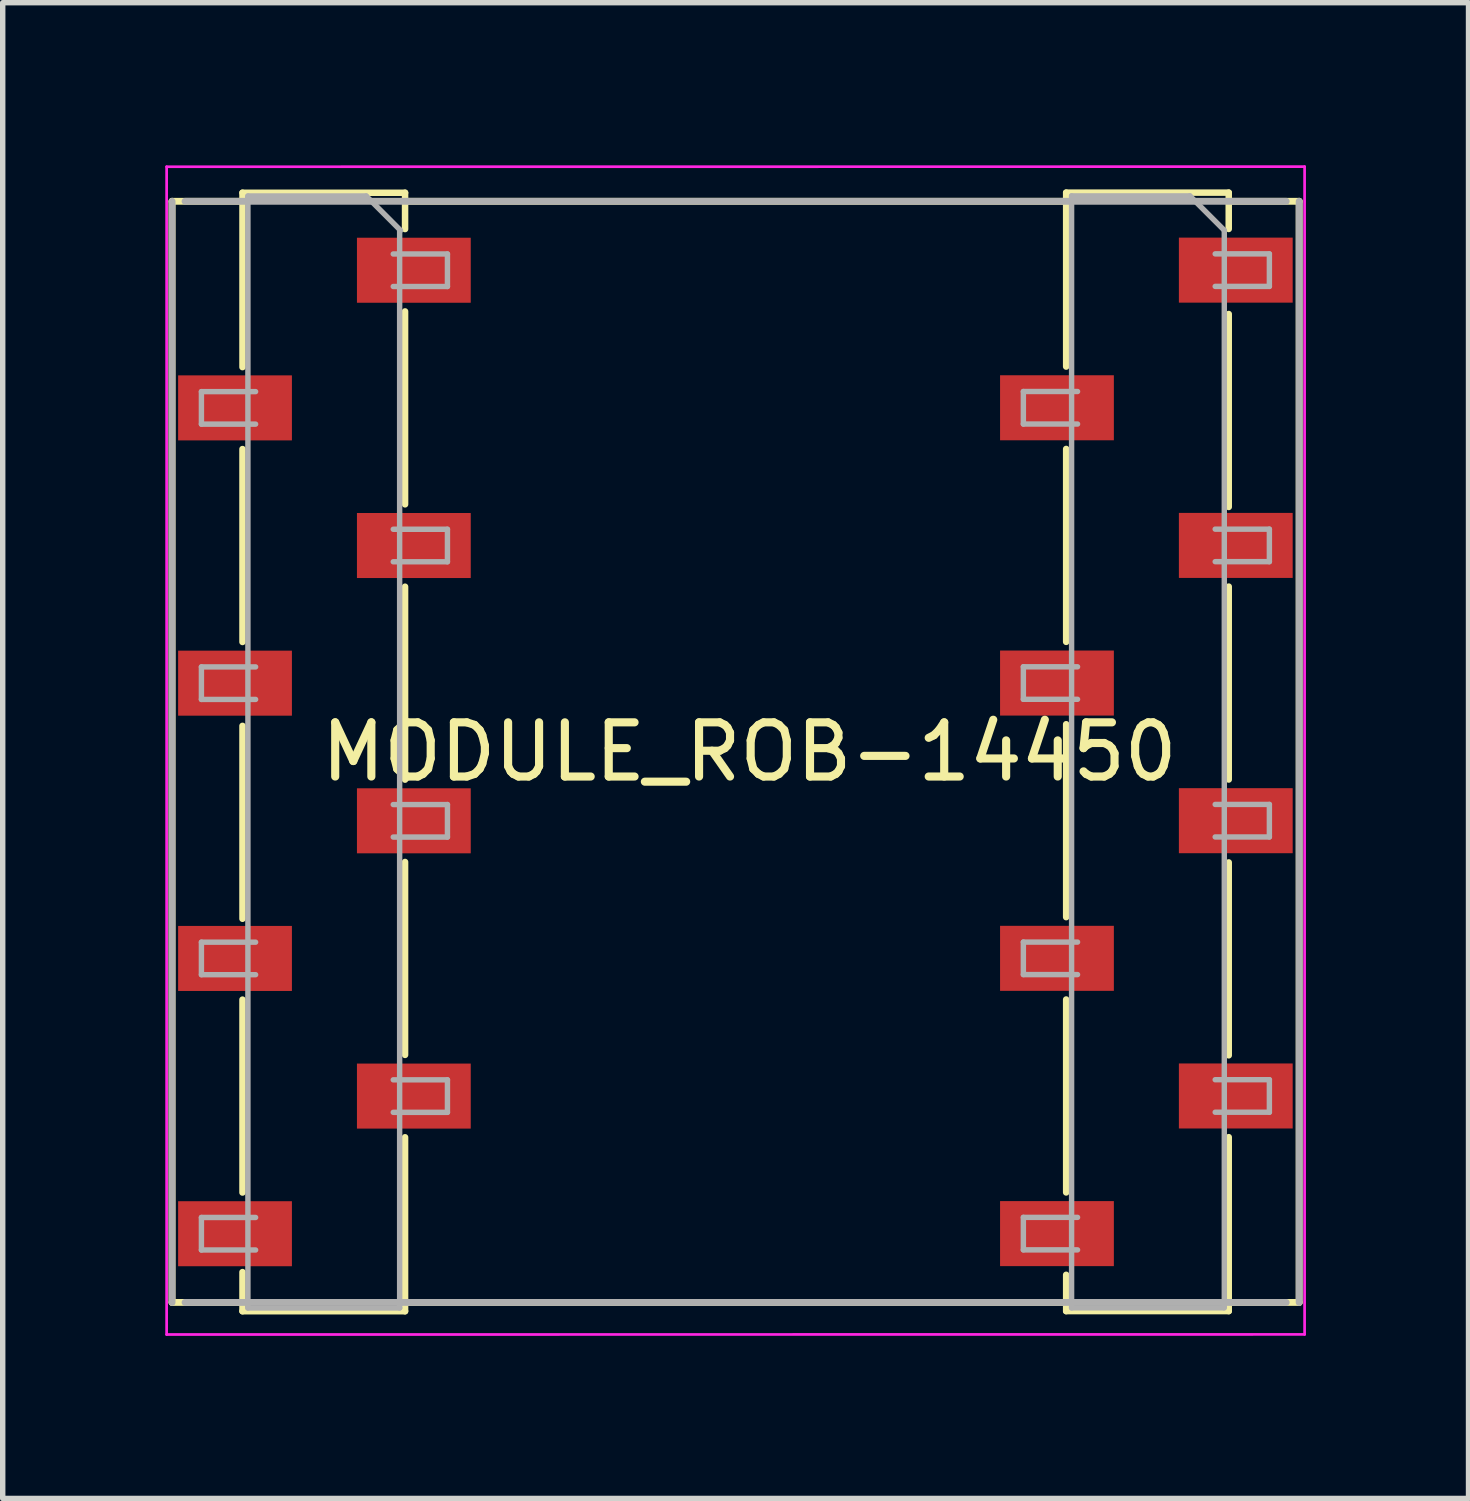
<source format=kicad_pcb>
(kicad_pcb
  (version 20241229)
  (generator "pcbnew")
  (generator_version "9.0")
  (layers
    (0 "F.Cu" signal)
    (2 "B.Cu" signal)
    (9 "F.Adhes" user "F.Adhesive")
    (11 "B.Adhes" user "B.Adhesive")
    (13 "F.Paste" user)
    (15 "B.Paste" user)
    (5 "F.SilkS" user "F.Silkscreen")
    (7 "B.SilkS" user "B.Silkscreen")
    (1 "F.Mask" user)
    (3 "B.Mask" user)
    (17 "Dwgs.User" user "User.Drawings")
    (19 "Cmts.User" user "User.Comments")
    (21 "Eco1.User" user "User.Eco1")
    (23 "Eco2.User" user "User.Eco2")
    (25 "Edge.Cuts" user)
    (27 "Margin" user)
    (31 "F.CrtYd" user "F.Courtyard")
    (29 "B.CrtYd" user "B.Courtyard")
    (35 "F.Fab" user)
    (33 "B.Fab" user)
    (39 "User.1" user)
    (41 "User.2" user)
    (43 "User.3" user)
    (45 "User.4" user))
  (footprint "MODULE_ROB-14450"
    (layer "F.Cu")
    (at 10.525 10.825)
    (property "Reference" "MODULE_ROB-14450" (at 0.254 0 0) (layer "F.SilkS") (effects (font (size 1 1) (thickness 0.15))))
    (attr through_hole)
    (fp_line (start -10.4 -10.16) (end -10.4 10.16) (stroke (width 0.127) (type solid)) (layer "F.SilkS"))
    (fp_line (start -9.1 -10.318) (end -9.1 -7.1) (stroke (width 0.12) (type solid)) (layer "F.SilkS"))
    (fp_line (start -9.1 -10.16) (end -10.4 -10.16) (stroke (width 0.127) (type solid)) (layer "F.SilkS"))
    (fp_line (start -9.1 -5.588) (end -9.1 -2.028) (stroke (width 0.12) (type solid)) (layer "F.SilkS"))
    (fp_line (start -9.1 -0.48) (end -9.1 3.08) (stroke (width 0.12) (type solid)) (layer "F.SilkS"))
    (fp_line (start -9.1 4.572) (end -9.1 8.132) (stroke (width 0.12) (type solid)) (layer "F.SilkS"))
    (fp_line (start -9.1 9.6) (end -9.1 10.322) (stroke (width 0.12) (type solid)) (layer "F.SilkS"))
    (fp_line (start -9.1 10.16) (end -10.4 10.16) (stroke (width 0.127) (type solid)) (layer "F.SilkS"))
    (fp_line (start -6.1 -10.318) (end -9.1 -10.318) (stroke (width 0.12) (type solid)) (layer "F.SilkS"))
    (fp_line (start -6.1 -10.318) (end -6.1 -9.648) (stroke (width 0.12) (type solid)) (layer "F.SilkS"))
    (fp_line (start -6.1 -10.16) (end 6.1 -10.16) (stroke (width 0.127) (type solid)) (layer "F.SilkS"))
    (fp_line (start -6.1 -8.128) (end -6.1 -4.568) (stroke (width 0.12) (type solid)) (layer "F.SilkS"))
    (fp_line (start -6.1 -3.048) (end -6.1 0.512) (stroke (width 0.12) (type solid)) (layer "F.SilkS"))
    (fp_line (start -6.1 2.032) (end -6.1 5.592) (stroke (width 0.12) (type solid)) (layer "F.SilkS"))
    (fp_line (start -6.1 7.112) (end -6.1 10.322) (stroke (width 0.12) (type solid)) (layer "F.SilkS"))
    (fp_line (start -6.1 10.16) (end 6.1 10.16) (stroke (width 0.127) (type solid)) (layer "F.SilkS"))
    (fp_line (start -6.1 10.322) (end -9.1 10.322) (stroke (width 0.12) (type solid)) (layer "F.SilkS"))
    (fp_line (start 6.1 -10.32) (end 6.1 -7.11) (stroke (width 0.12) (type solid)) (layer "F.SilkS"))
    (fp_line (start 6.1 -5.59) (end 6.1 -2.03) (stroke (width 0.12) (type solid)) (layer "F.SilkS"))
    (fp_line (start 6.1 -0.51) (end 6.1 3.05) (stroke (width 0.12) (type solid)) (layer "F.SilkS"))
    (fp_line (start 6.1 4.57) (end 6.1 8.13) (stroke (width 0.12) (type solid)) (layer "F.SilkS"))
    (fp_line (start 6.1 9.65) (end 6.1 10.32) (stroke (width 0.12) (type solid)) (layer "F.SilkS"))
    (fp_line (start 9.1 -10.32) (end 6.1 -10.32) (stroke (width 0.12) (type solid)) (layer "F.SilkS"))
    (fp_line (start 9.1 -10.32) (end 9.1 -9.65) (stroke (width 0.12) (type solid)) (layer "F.SilkS"))
    (fp_line (start 9.1 -10.16) (end 10.4 -10.16) (stroke (width 0.127) (type solid)) (layer "F.SilkS"))
    (fp_line (start 9.1 -8.08) (end 9.1 -4.52) (stroke (width 0.12) (type solid)) (layer "F.SilkS"))
    (fp_line (start 9.1 -3.05) (end 9.1 0.51) (stroke (width 0.12) (type solid)) (layer "F.SilkS"))
    (fp_line (start 9.1 2.04) (end 9.1 5.6) (stroke (width 0.12) (type solid)) (layer "F.SilkS"))
    (fp_line (start 9.1 7.11) (end 9.1 10.32) (stroke (width 0.12) (type solid)) (layer "F.SilkS"))
    (fp_line (start 9.1 10.16) (end 10.4 10.16) (stroke (width 0.127) (type solid)) (layer "F.SilkS"))
    (fp_line (start 9.1 10.32) (end 6.1 10.32) (stroke (width 0.12) (type solid)) (layer "F.SilkS"))
    (fp_line (start 10.4 10.16) (end 10.4 -10.16) (stroke (width 0.127) (type solid)) (layer "F.SilkS"))
    (fp_line (start -10.5 10.752) (end -10.5 -10.798) (stroke (width 0.05) (type solid)) (layer "F.CrtYd"))
    (fp_line (start -10.5 10.752) (end 10.5 10.75) (stroke (width 0.05) (type solid)) (layer "F.CrtYd"))
    (fp_line (start 10.5 -10.8) (end -10.5 -10.798) (stroke (width 0.05) (type solid)) (layer "F.CrtYd"))
    (fp_line (start 10.5 -10.8) (end 10.5 10.75) (stroke (width 0.05) (type solid)) (layer "F.CrtYd"))
    (fp_line (start -10.4 -10.16) (end -10.4 10.16) (stroke (width 0.127) (type solid)) (layer "F.Fab"))
    (fp_line (start -10.16 10.16) (end 10.16 10.16) (stroke (width 0.127) (type solid)) (layer "F.Fab"))
    (fp_line (start -9.858 -6.648) (end -9.858 -6.048) (stroke (width 0.1) (type solid)) (layer "F.Fab"))
    (fp_line (start -9.858 -6.048) (end -8.858 -6.048) (stroke (width 0.1) (type solid)) (layer "F.Fab"))
    (fp_line (start -9.858 -1.568) (end -9.858 -0.968) (stroke (width 0.1) (type solid)) (layer "F.Fab"))
    (fp_line (start -9.858 -0.968) (end -8.858 -0.968) (stroke (width 0.1) (type solid)) (layer "F.Fab"))
    (fp_line (start -9.858 3.512) (end -9.858 4.112) (stroke (width 0.1) (type solid)) (layer "F.Fab"))
    (fp_line (start -9.858 4.112) (end -8.858 4.112) (stroke (width 0.1) (type solid)) (layer "F.Fab"))
    (fp_line (start -9.858 8.592) (end -9.858 9.192) (stroke (width 0.1) (type solid)) (layer "F.Fab"))
    (fp_line (start -9.858 9.192) (end -8.858 9.192) (stroke (width 0.1) (type solid)) (layer "F.Fab"))
    (fp_line (start -9 -10.258) (end -9 10.262) (stroke (width 0.1) (type solid)) (layer "F.Fab"))
    (fp_line (start -9 10.262) (end -6.2 10.262) (stroke (width 0.1) (type solid)) (layer "F.Fab"))
    (fp_line (start -8.858 -6.648) (end -9.858 -6.648) (stroke (width 0.1) (type solid)) (layer "F.Fab"))
    (fp_line (start -8.858 -1.568) (end -9.858 -1.568) (stroke (width 0.1) (type solid)) (layer "F.Fab"))
    (fp_line (start -8.858 3.512) (end -9.858 3.512) (stroke (width 0.1) (type solid)) (layer "F.Fab"))
    (fp_line (start -8.858 8.592) (end -9.858 8.592) (stroke (width 0.1) (type solid)) (layer "F.Fab"))
    (fp_line (start -6.817 -10.258) (end -9 -10.258) (stroke (width 0.1) (type solid)) (layer "F.Fab"))
    (fp_line (start -6.318 -8.588) (end -5.318 -8.588) (stroke (width 0.1) (type solid)) (layer "F.Fab"))
    (fp_line (start -6.318 -3.508) (end -5.318 -3.508) (stroke (width 0.1) (type solid)) (layer "F.Fab"))
    (fp_line (start -6.318 1.572) (end -5.318 1.572) (stroke (width 0.1) (type solid)) (layer "F.Fab"))
    (fp_line (start -6.318 6.652) (end -5.318 6.652) (stroke (width 0.1) (type solid)) (layer "F.Fab"))
    (fp_line (start -6.2 10.262) (end -6.2 -9.623) (stroke (width 0.1) (type solid)) (layer "F.Fab"))
    (fp_line (start -6.183 -9.623) (end -6.817 -10.258) (stroke (width 0.1) (type solid)) (layer "F.Fab"))
    (fp_line (start -5.318 -9.188) (end -6.318 -9.188) (stroke (width 0.1) (type solid)) (layer "F.Fab"))
    (fp_line (start -5.318 -8.588) (end -5.318 -9.188) (stroke (width 0.1) (type solid)) (layer "F.Fab"))
    (fp_line (start -5.318 -4.108) (end -6.318 -4.108) (stroke (width 0.1) (type solid)) (layer "F.Fab"))
    (fp_line (start -5.318 -3.508) (end -5.318 -4.108) (stroke (width 0.1) (type solid)) (layer "F.Fab"))
    (fp_line (start -5.318 0.972) (end -6.318 0.972) (stroke (width 0.1) (type solid)) (layer "F.Fab"))
    (fp_line (start -5.318 1.572) (end -5.318 0.972) (stroke (width 0.1) (type solid)) (layer "F.Fab"))
    (fp_line (start -5.318 6.052) (end -6.318 6.052) (stroke (width 0.1) (type solid)) (layer "F.Fab"))
    (fp_line (start -5.318 6.652) (end -5.318 6.052) (stroke (width 0.1) (type solid)) (layer "F.Fab"))
    (fp_line (start 5.31 -6.65) (end 5.31 -6.05) (stroke (width 0.1) (type solid)) (layer "F.Fab"))
    (fp_line (start 5.31 -6.05) (end 6.31 -6.05) (stroke (width 0.1) (type solid)) (layer "F.Fab"))
    (fp_line (start 5.31 -1.57) (end 5.31 -0.97) (stroke (width 0.1) (type solid)) (layer "F.Fab"))
    (fp_line (start 5.31 -0.97) (end 6.31 -0.97) (stroke (width 0.1) (type solid)) (layer "F.Fab"))
    (fp_line (start 5.31 3.51) (end 5.31 4.11) (stroke (width 0.1) (type solid)) (layer "F.Fab"))
    (fp_line (start 5.31 4.11) (end 6.31 4.11) (stroke (width 0.1) (type solid)) (layer "F.Fab"))
    (fp_line (start 5.31 8.59) (end 5.31 9.19) (stroke (width 0.1) (type solid)) (layer "F.Fab"))
    (fp_line (start 5.31 9.19) (end 6.31 9.19) (stroke (width 0.1) (type solid)) (layer "F.Fab"))
    (fp_line (start 6.2 -10.26) (end 6.2 10.26) (stroke (width 0.1) (type solid)) (layer "F.Fab"))
    (fp_line (start 6.2 10.26) (end 9 10.26) (stroke (width 0.1) (type solid)) (layer "F.Fab"))
    (fp_line (start 6.31 -6.65) (end 5.31 -6.65) (stroke (width 0.1) (type solid)) (layer "F.Fab"))
    (fp_line (start 6.31 -1.57) (end 5.31 -1.57) (stroke (width 0.1) (type solid)) (layer "F.Fab"))
    (fp_line (start 6.31 3.51) (end 5.31 3.51) (stroke (width 0.1) (type solid)) (layer "F.Fab"))
    (fp_line (start 6.31 8.59) (end 5.31 8.59) (stroke (width 0.1) (type solid)) (layer "F.Fab"))
    (fp_line (start 8.383 -10.26) (end 6.2 -10.26) (stroke (width 0.1) (type solid)) (layer "F.Fab"))
    (fp_line (start 8.85 -8.59) (end 9.85 -8.59) (stroke (width 0.1) (type solid)) (layer "F.Fab"))
    (fp_line (start 8.85 -3.51) (end 9.85 -3.51) (stroke (width 0.1) (type solid)) (layer "F.Fab"))
    (fp_line (start 8.85 1.57) (end 9.85 1.57) (stroke (width 0.1) (type solid)) (layer "F.Fab"))
    (fp_line (start 8.85 6.65) (end 9.85 6.65) (stroke (width 0.1) (type solid)) (layer "F.Fab"))
    (fp_line (start 9.018 -9.625) (end 8.383 -10.26) (stroke (width 0.1) (type solid)) (layer "F.Fab"))
    (fp_line (start 9.018 10.26) (end 9.018 -9.625) (stroke (width 0.1) (type solid)) (layer "F.Fab"))
    (fp_line (start 9.85 -9.19) (end 8.85 -9.19) (stroke (width 0.1) (type solid)) (layer "F.Fab"))
    (fp_line (start 9.85 -8.59) (end 9.85 -9.19) (stroke (width 0.1) (type solid)) (layer "F.Fab"))
    (fp_line (start 9.85 -4.11) (end 8.85 -4.11) (stroke (width 0.1) (type solid)) (layer "F.Fab"))
    (fp_line (start 9.85 -3.51) (end 9.85 -4.11) (stroke (width 0.1) (type solid)) (layer "F.Fab"))
    (fp_line (start 9.85 0.97) (end 8.85 0.97) (stroke (width 0.1) (type solid)) (layer "F.Fab"))
    (fp_line (start 9.85 1.57) (end 9.85 0.97) (stroke (width 0.1) (type solid)) (layer "F.Fab"))
    (fp_line (start 9.85 6.05) (end 8.85 6.05) (stroke (width 0.1) (type solid)) (layer "F.Fab"))
    (fp_line (start 9.85 6.65) (end 9.85 6.05) (stroke (width 0.1) (type solid)) (layer "F.Fab"))
    (fp_line (start 10.16 -10.16) (end -10.16 -10.16) (stroke (width 0.127) (type solid)) (layer "F.Fab"))
    (fp_line (start 10.4 10.16) (end 10.4 -10.16) (stroke (width 0.127) (type solid)) (layer "F.Fab"))
    (pad "1" smd rect (at -5.938 -8.888) (size 2.1 1.2) (layers "F.Cu" "F.Mask" "F.Paste"))
    (pad "2" smd rect (at -9.238 -6.348) (size 2.1 1.2) (layers "F.Cu" "F.Mask" "F.Paste"))
    (pad "3" smd rect (at -5.938 -3.808) (size 2.1 1.2) (layers "F.Cu" "F.Mask" "F.Paste"))
    (pad "4" smd rect (at -9.238 -1.268) (size 2.1 1.2) (layers "F.Cu" "F.Mask" "F.Paste"))
    (pad "5" smd rect (at -5.938 1.272) (size 2.1 1.2) (layers "F.Cu" "F.Mask" "F.Paste"))
    (pad "6" smd rect (at -9.238 3.812) (size 2.1 1.2) (layers "F.Cu" "F.Mask" "F.Paste"))
    (pad "7" smd rect (at -5.938 6.352) (size 2.1 1.2) (layers "F.Cu" "F.Mask" "F.Paste"))
    (pad "8" smd rect (at -9.238 8.892) (size 2.1 1.2) (layers "F.Cu" "F.Mask" "F.Paste"))
    (pad "9" smd rect (at 5.93 8.89) (size 2.1 1.2) (layers "F.Cu" "F.Mask" "F.Paste"))
    (pad "10" smd rect (at 9.23 6.35) (size 2.1 1.2) (layers "F.Cu" "F.Mask" "F.Paste"))
    (pad "11" smd rect (at 5.93 3.81) (size 2.1 1.2) (layers "F.Cu" "F.Mask" "F.Paste"))
    (pad "12" smd rect (at 9.23 1.27) (size 2.1 1.2) (layers "F.Cu" "F.Mask" "F.Paste"))
    (pad "13" smd rect (at 5.93 -1.27) (size 2.1 1.2) (layers "F.Cu" "F.Mask" "F.Paste"))
    (pad "14" smd rect (at 9.23 -3.81) (size 2.1 1.2) (layers "F.Cu" "F.Mask" "F.Paste"))
    (pad "15" smd rect (at 5.93 -6.35) (size 2.1 1.2) (layers "F.Cu" "F.Mask" "F.Paste"))
    (pad "16" smd rect (at 9.23 -8.89) (size 2.1 1.2) (layers "F.Cu" "F.Mask" "F.Paste")))
  (gr_rect
    (start -3 -3)
    (end 24.05 24.602)
    (stroke (width 0.1) (type default))
    (fill no)
    (layer "Edge.Cuts")))
</source>
